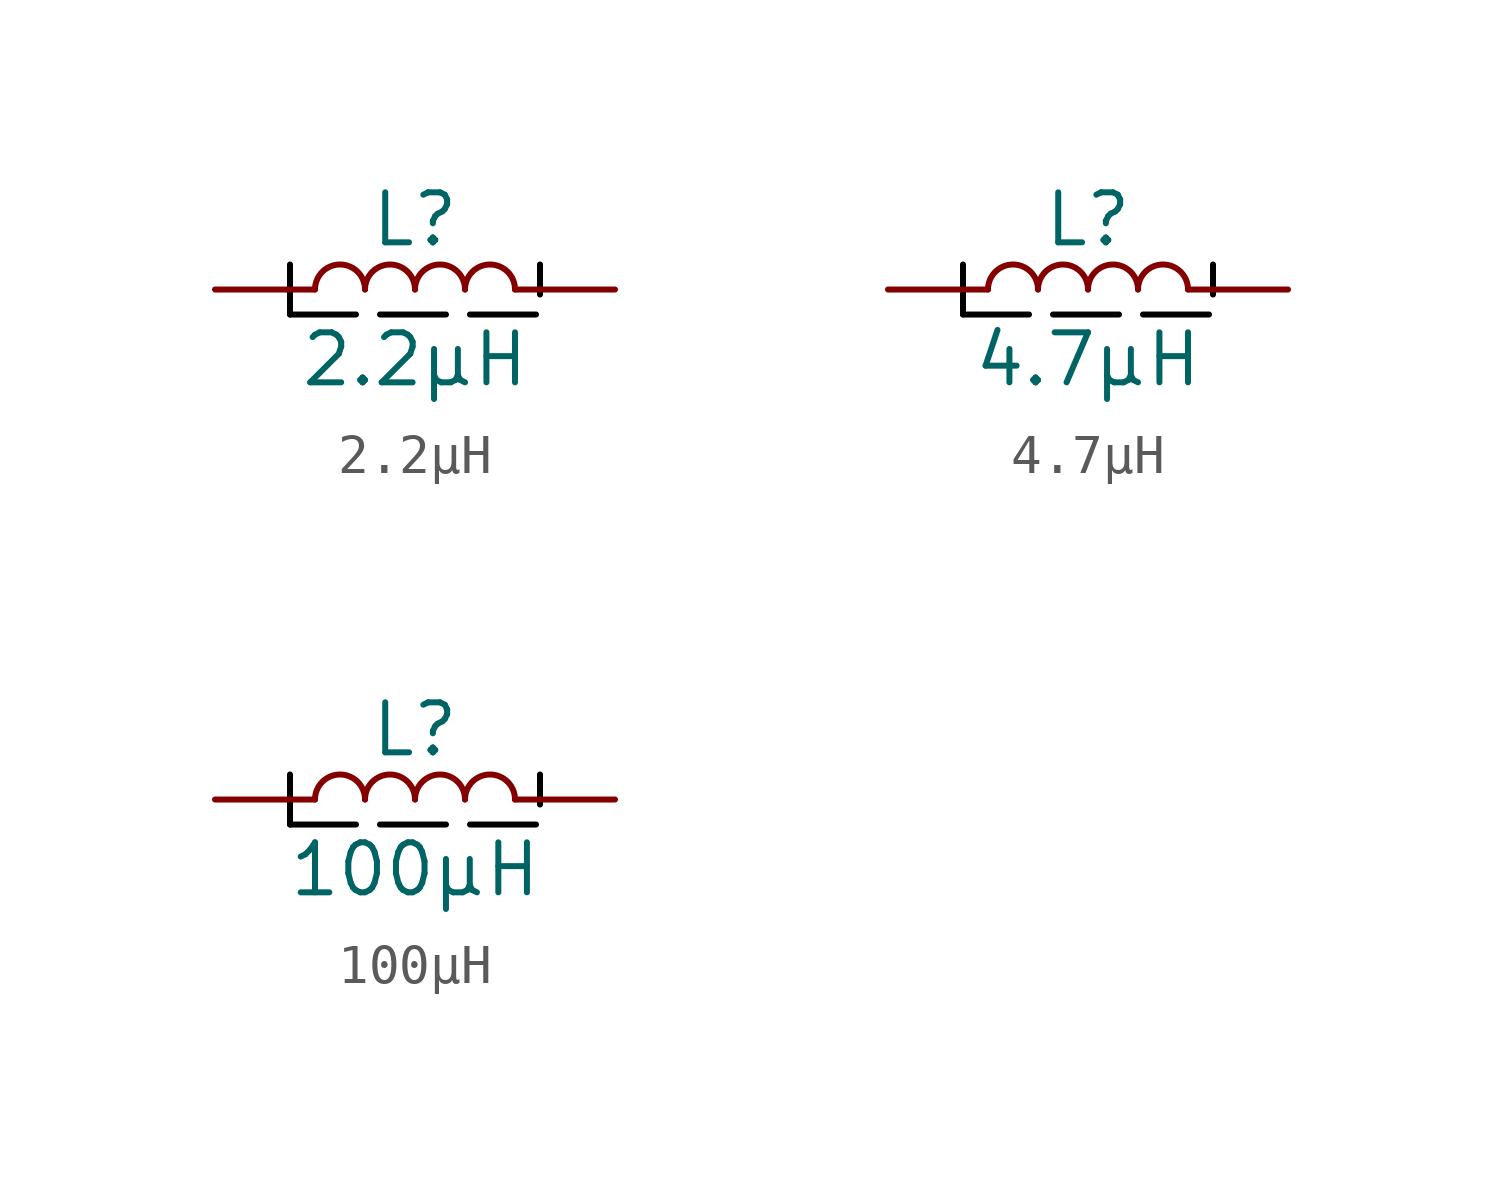
<source format=kicad_sym>
(kicad_symbol_lib
  (version 20241209)
  (generator "kicad_symbol_editor")
  (generator_version "9.0")
  (symbol "2.2µH"
    (pin_numbers
      (hide yes))
    (pin_names
      (hide yes))
    (property "Reference" "L"
      (at 0 1.778 0)
      (effects (font (size 1.27 1.27))))
    (property "Value" "2.2µH"
      (at 0 -1.778 0)
      (effects (font (size 1.27 1.27))))
    (symbol "2.2µH_0_1"
      (arc (start -2.54 0) (mid -1.905 0.6323) (end -1.27 0) (stroke (width 0) (type default)) (fill (type none)))
      (arc (start -1.27 0) (mid -0.635 0.6323) (end 0 0) (stroke (width 0) (type default)) (fill (type none)))
      (arc (start 0 0) (mid 0.635 0.6323) (end 1.27 0) (stroke (width 0) (type default)) (fill (type none)))
      (arc (start 1.27 0) (mid 1.905 0.6323) (end 2.54 0) (stroke (width 0) (type default)) (fill (type none))))
    (symbol "2.2µH_1_1"
      (polyline (pts (xy -3.175 -0.635) (xy -3.175 0.635)) (stroke (width 0) (type solid) (color 0 0 0 1)) (fill (type none)))
      (polyline (pts (xy -3.175 -0.635) (xy 3.175 -0.635) (xy 3.175 0.635)) (stroke (width 0) (type dash) (color 0 0 0 1)) (fill (type none)))
      (pin passive line (at -5.08 0 0) (length 2.54) (name "1" (effects (font (size 1.27 1.27)))) (number "1" (effects (font (size 1.27 1.27)))))
      (pin passive line (at 5.08 0 180) (length 2.54) (name "2" (effects (font (size 1.27 1.27)))) (number "2" (effects (font (size 1.27 1.27)))))))
  (symbol "4.7µH"
    (pin_numbers
      (hide yes))
    (pin_names
      (hide yes))
    (property "Reference" "L"
      (at 0 1.778 0)
      (effects (font (size 1.27 1.27))))
    (property "Value" "4.7µH"
      (at 0 -1.778 0)
      (effects (font (size 1.27 1.27))))
    (symbol "4.7µH_0_1"
      (arc (start -2.54 0) (mid -1.905 0.6323) (end -1.27 0) (stroke (width 0) (type default)) (fill (type none)))
      (arc (start -1.27 0) (mid -0.635 0.6323) (end 0 0) (stroke (width 0) (type default)) (fill (type none)))
      (arc (start 0 0) (mid 0.635 0.6323) (end 1.27 0) (stroke (width 0) (type default)) (fill (type none)))
      (arc (start 1.27 0) (mid 1.905 0.6323) (end 2.54 0) (stroke (width 0) (type default)) (fill (type none))))
    (symbol "4.7µH_1_1"
      (polyline (pts (xy -3.175 -0.635) (xy -3.175 0.635)) (stroke (width 0) (type solid) (color 0 0 0 1)) (fill (type none)))
      (polyline (pts (xy -3.175 -0.635) (xy 3.175 -0.635) (xy 3.175 0.635)) (stroke (width 0) (type dash) (color 0 0 0 1)) (fill (type none)))
      (pin passive line (at -5.08 0 0) (length 2.54) (name "1" (effects (font (size 1.27 1.27)))) (number "1" (effects (font (size 1.27 1.27)))))
      (pin passive line (at 5.08 0 180) (length 2.54) (name "2" (effects (font (size 1.27 1.27)))) (number "2" (effects (font (size 1.27 1.27)))))))
  (symbol "100µH"
    (pin_numbers
      (hide yes))
    (pin_names
      (hide yes))
    (property "Reference" "L"
      (at 0 1.778 0)
      (effects (font (size 1.27 1.27))))
    (property "Value" "100µH"
      (at 0 -1.778 0)
      (effects (font (size 1.27 1.27))))
    (symbol "100µH_0_1"
      (arc (start -2.54 0) (mid -1.905 0.6323) (end -1.27 0) (stroke (width 0) (type default)) (fill (type none)))
      (arc (start -1.27 0) (mid -0.635 0.6323) (end 0 0) (stroke (width 0) (type default)) (fill (type none)))
      (arc (start 0 0) (mid 0.635 0.6323) (end 1.27 0) (stroke (width 0) (type default)) (fill (type none)))
      (arc (start 1.27 0) (mid 1.905 0.6323) (end 2.54 0) (stroke (width 0) (type default)) (fill (type none))))
    (symbol "100µH_1_1"
      (polyline (pts (xy -3.175 -0.635) (xy -3.175 0.635)) (stroke (width 0) (type solid) (color 0 0 0 1)) (fill (type none)))
      (polyline (pts (xy -3.175 -0.635) (xy 3.175 -0.635) (xy 3.175 0.635)) (stroke (width 0) (type dash) (color 0 0 0 1)) (fill (type none)))
      (pin passive line (at -5.08 0 0) (length 2.54) (name "1" (effects (font (size 1.27 1.27)))) (number "1" (effects (font (size 1.27 1.27)))))
      (pin passive line (at 5.08 0 180) (length 2.54) (name "2" (effects (font (size 1.27 1.27)))) (number "2" (effects (font (size 1.27 1.27))))))))
</source>
